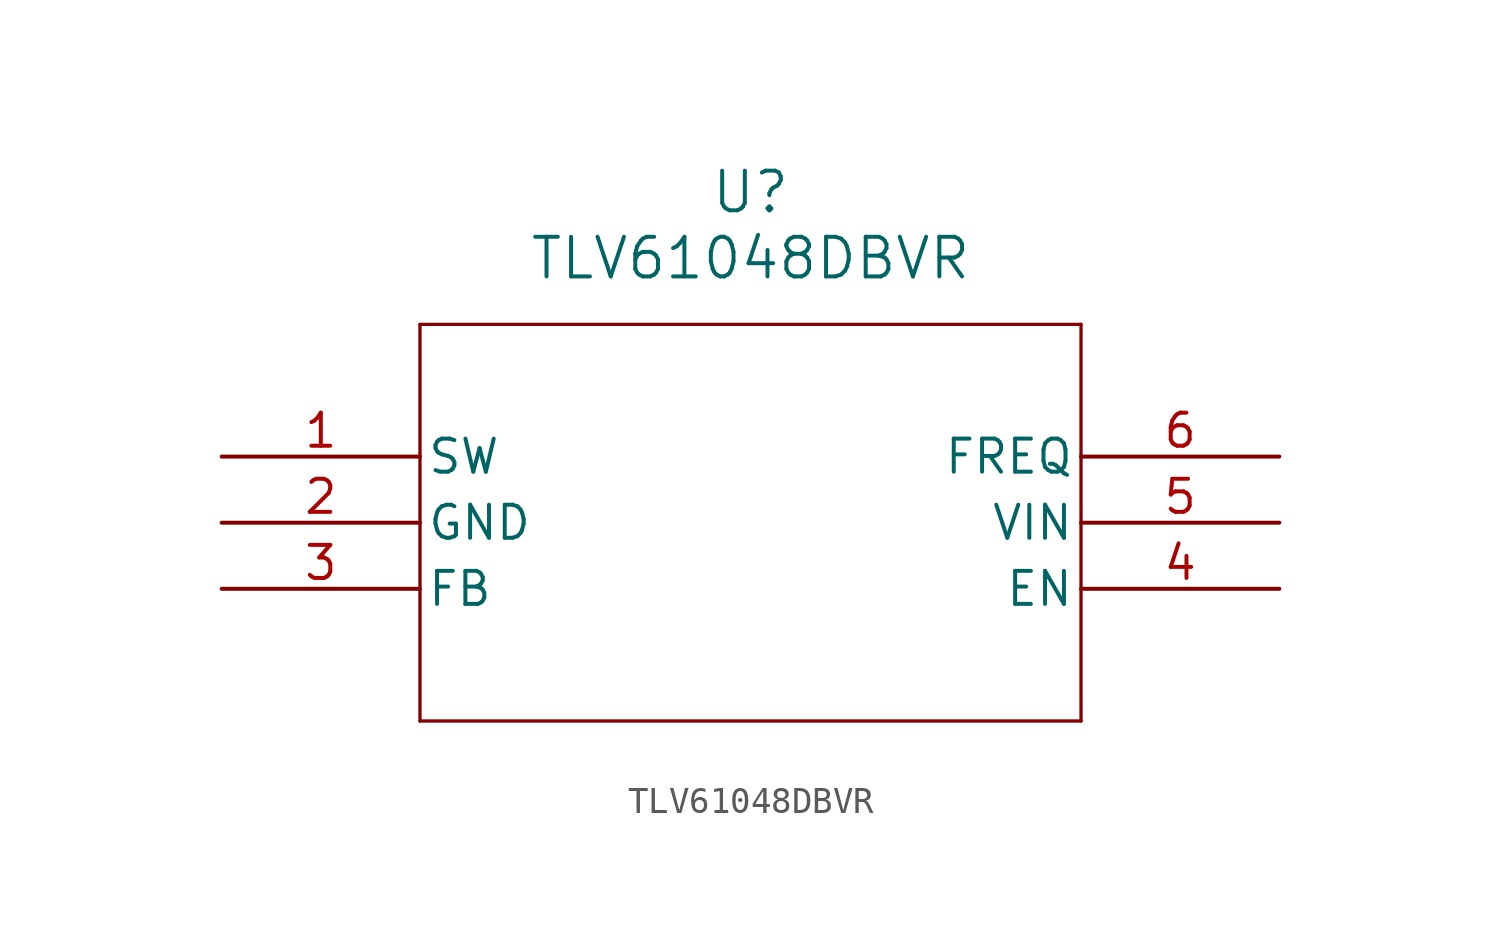
<source format=kicad_sym>
(kicad_symbol_lib
  (version 20231120)
  (generator "kicad_symbol_editor")
  (generator_version "8.0")
  (symbol "TLV61048DBVR"
    (pin_names
      (offset 0.254))
    (property "Reference" "U"
      (at 20.32 10.16 0)
      (effects (font (size 1.524 1.524))))
    (property "Value" "TLV61048DBVR"
      (at 20.32 7.62 0)
      (effects (font (size 1.524 1.524))))
    (property "ki_locked" ""
      (at 0 0 0)
      (effects (font (size 1.27 1.27))))
    (symbol "TLV61048DBVR_0_1"
      (polyline (pts (xy 7.62 -10.16) (xy 33.02 -10.16)) (stroke (width 0.127) (type default)) (fill (type none)))
      (polyline (pts (xy 7.62 5.08) (xy 7.62 -10.16)) (stroke (width 0.127) (type default)) (fill (type none)))
      (polyline (pts (xy 33.02 -10.16) (xy 33.02 5.08)) (stroke (width 0.127) (type default)) (fill (type none)))
      (polyline (pts (xy 33.02 5.08) (xy 7.62 5.08)) (stroke (width 0.127) (type default)) (fill (type none)))
      (pin power_in line (at 0 0 0) (length 7.62) (name "SW" (effects (font (size 1.27 1.27)))) (number "1" (effects (font (size 1.27 1.27)))))
      (pin power_out line (at 0 -2.54 0) (length 7.62) (name "GND" (effects (font (size 1.27 1.27)))) (number "2" (effects (font (size 1.27 1.27)))))
      (pin input line (at 0 -5.08 0) (length 7.62) (name "FB" (effects (font (size 1.27 1.27)))) (number "3" (effects (font (size 1.27 1.27)))))
      (pin input line (at 40.64 -5.08 180) (length 7.62) (name "EN" (effects (font (size 1.27 1.27)))) (number "4" (effects (font (size 1.27 1.27)))))
      (pin power_in line (at 40.64 -2.54 180) (length 7.62) (name "VIN" (effects (font (size 1.27 1.27)))) (number "5" (effects (font (size 1.27 1.27)))))
      (pin input line (at 40.64 0 180) (length 7.62) (name "FREQ" (effects (font (size 1.27 1.27)))) (number "6" (effects (font (size 1.27 1.27))))))))
</source>
